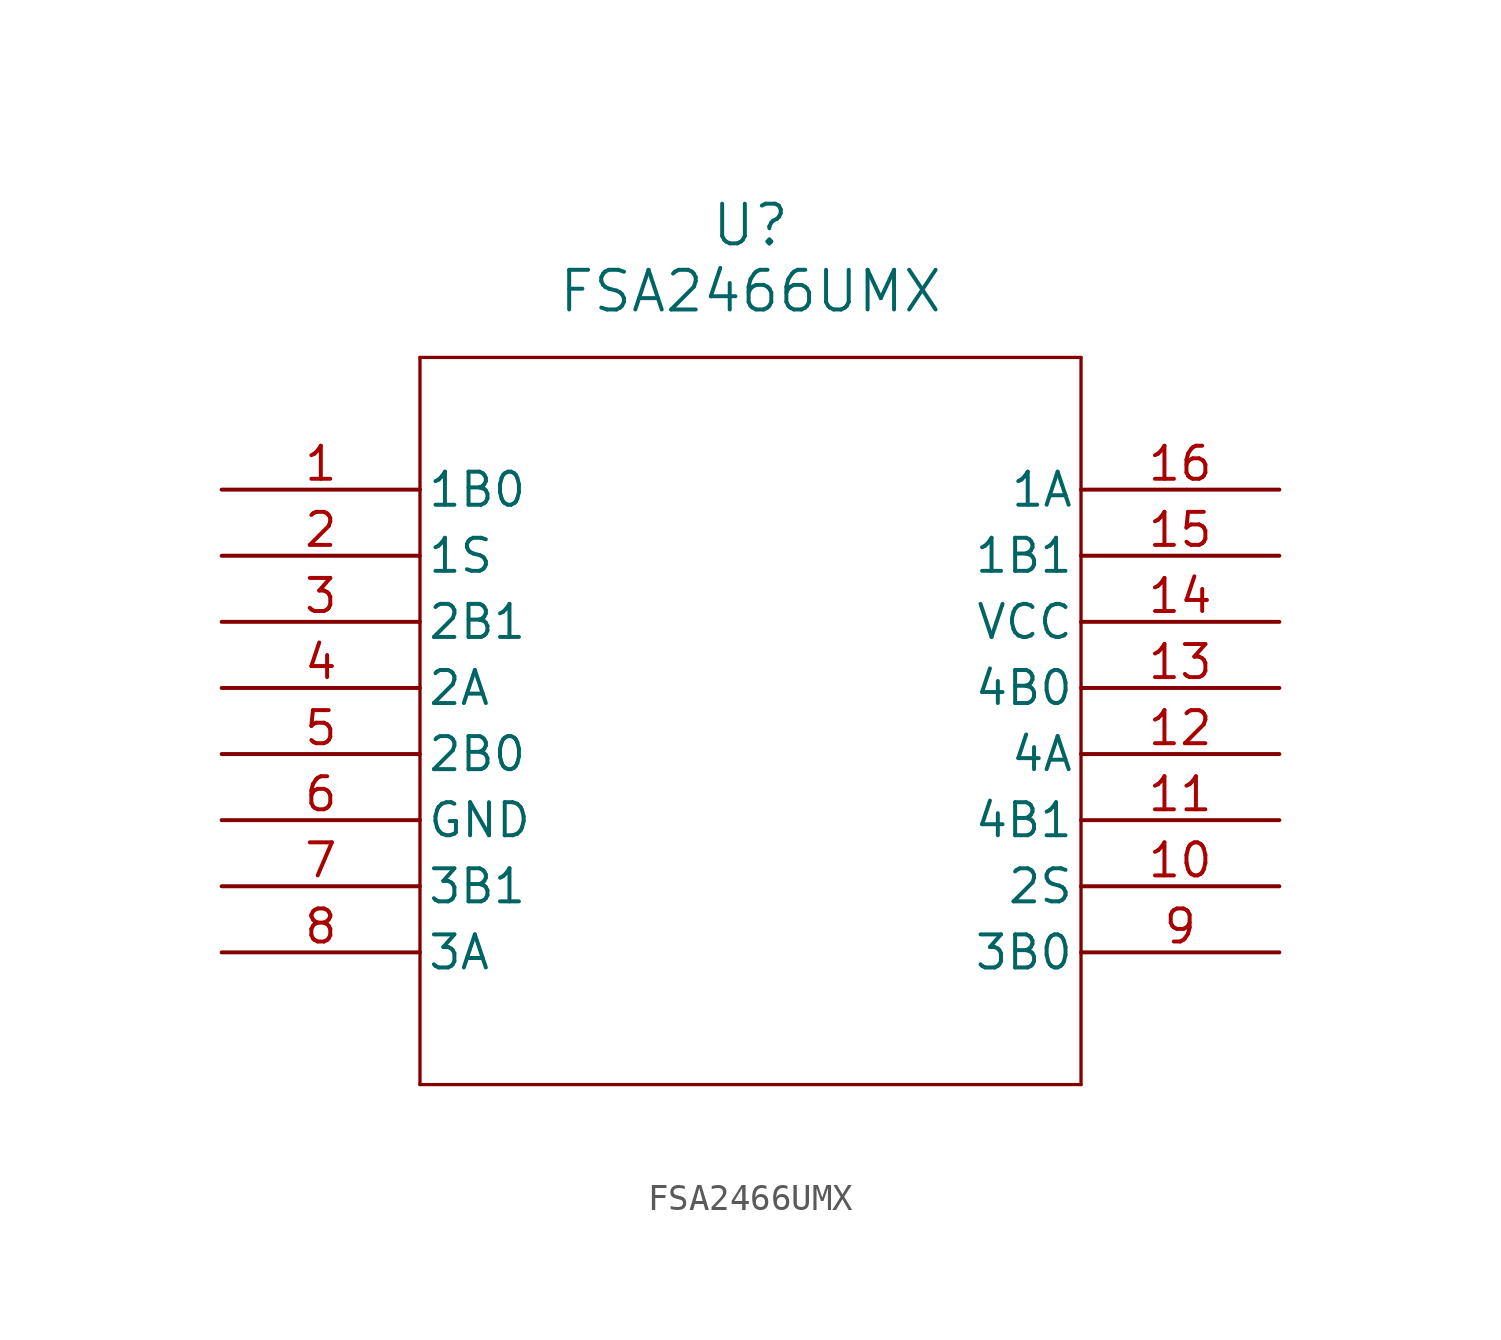
<source format=kicad_sym>
(kicad_symbol_lib
  (version 20211014)
  (generator kicad_symbol_editor)
  (symbol "FSA2466UMX"
    (pin_names
      (offset 0.254))
    (property "Reference" "U"
      (at 20.32 10.16 0)
      (effects (font (size 1.524 1.524))))
    (property "Value" "FSA2466UMX"
      (at 20.32 7.62 0)
      (effects (font (size 1.524 1.524))))
    (symbol "FSA2466UMX_0_1"
      (polyline (pts (xy 7.62 5.08) (xy 7.62 -22.86)) (stroke (width 0.127) (type default) (color 0 0 0 0)) (fill (type none)))
      (polyline (pts (xy 7.62 -22.86) (xy 33.02 -22.86)) (stroke (width 0.127) (type default) (color 0 0 0 0)) (fill (type none)))
      (polyline (pts (xy 33.02 -22.86) (xy 33.02 5.08)) (stroke (width 0.127) (type default) (color 0 0 0 0)) (fill (type none)))
      (polyline (pts (xy 33.02 5.08) (xy 7.62 5.08)) (stroke (width 0.127) (type default) (color 0 0 0 0)) (fill (type none)))
      (pin bidirectional line (at 0 0 0) (length 7.62) (name "1B0" (effects (font (size 1.27 1.27)))) (number "1" (effects (font (size 1.27 1.27)))))
      (pin bidirectional line (at 0 -2.54 0) (length 7.62) (name "1S" (effects (font (size 1.27 1.27)))) (number "2" (effects (font (size 1.27 1.27)))))
      (pin bidirectional line (at 0 -5.08 0) (length 7.62) (name "2B1" (effects (font (size 1.27 1.27)))) (number "3" (effects (font (size 1.27 1.27)))))
      (pin bidirectional line (at 0 -7.62 0) (length 7.62) (name "2A" (effects (font (size 1.27 1.27)))) (number "4" (effects (font (size 1.27 1.27)))))
      (pin bidirectional line (at 0 -10.16 0) (length 7.62) (name "2B0" (effects (font (size 1.27 1.27)))) (number "5" (effects (font (size 1.27 1.27)))))
      (pin power_out line (at 0 -12.7 0) (length 7.62) (name "GND" (effects (font (size 1.27 1.27)))) (number "6" (effects (font (size 1.27 1.27)))))
      (pin bidirectional line (at 0 -15.24 0) (length 7.62) (name "3B1" (effects (font (size 1.27 1.27)))) (number "7" (effects (font (size 1.27 1.27)))))
      (pin bidirectional line (at 0 -17.78 0) (length 7.62) (name "3A" (effects (font (size 1.27 1.27)))) (number "8" (effects (font (size 1.27 1.27)))))
      (pin bidirectional line (at 40.64 -17.78 180) (length 7.62) (name "3B0" (effects (font (size 1.27 1.27)))) (number "9" (effects (font (size 1.27 1.27)))))
      (pin bidirectional line (at 40.64 -15.24 180) (length 7.62) (name "2S" (effects (font (size 1.27 1.27)))) (number "10" (effects (font (size 1.27 1.27)))))
      (pin bidirectional line (at 40.64 -12.7 180) (length 7.62) (name "4B1" (effects (font (size 1.27 1.27)))) (number "11" (effects (font (size 1.27 1.27)))))
      (pin bidirectional line (at 40.64 -10.16 180) (length 7.62) (name "4A" (effects (font (size 1.27 1.27)))) (number "12" (effects (font (size 1.27 1.27)))))
      (pin bidirectional line (at 40.64 -7.62 180) (length 7.62) (name "4B0" (effects (font (size 1.27 1.27)))) (number "13" (effects (font (size 1.27 1.27)))))
      (pin power_in line (at 40.64 -5.08 180) (length 7.62) (name "VCC" (effects (font (size 1.27 1.27)))) (number "14" (effects (font (size 1.27 1.27)))))
      (pin bidirectional line (at 40.64 -2.54 180) (length 7.62) (name "1B1" (effects (font (size 1.27 1.27)))) (number "15" (effects (font (size 1.27 1.27)))))
      (pin bidirectional line (at 40.64 0 180) (length 7.62) (name "1A" (effects (font (size 1.27 1.27)))) (number "16" (effects (font (size 1.27 1.27))))))))
</source>
